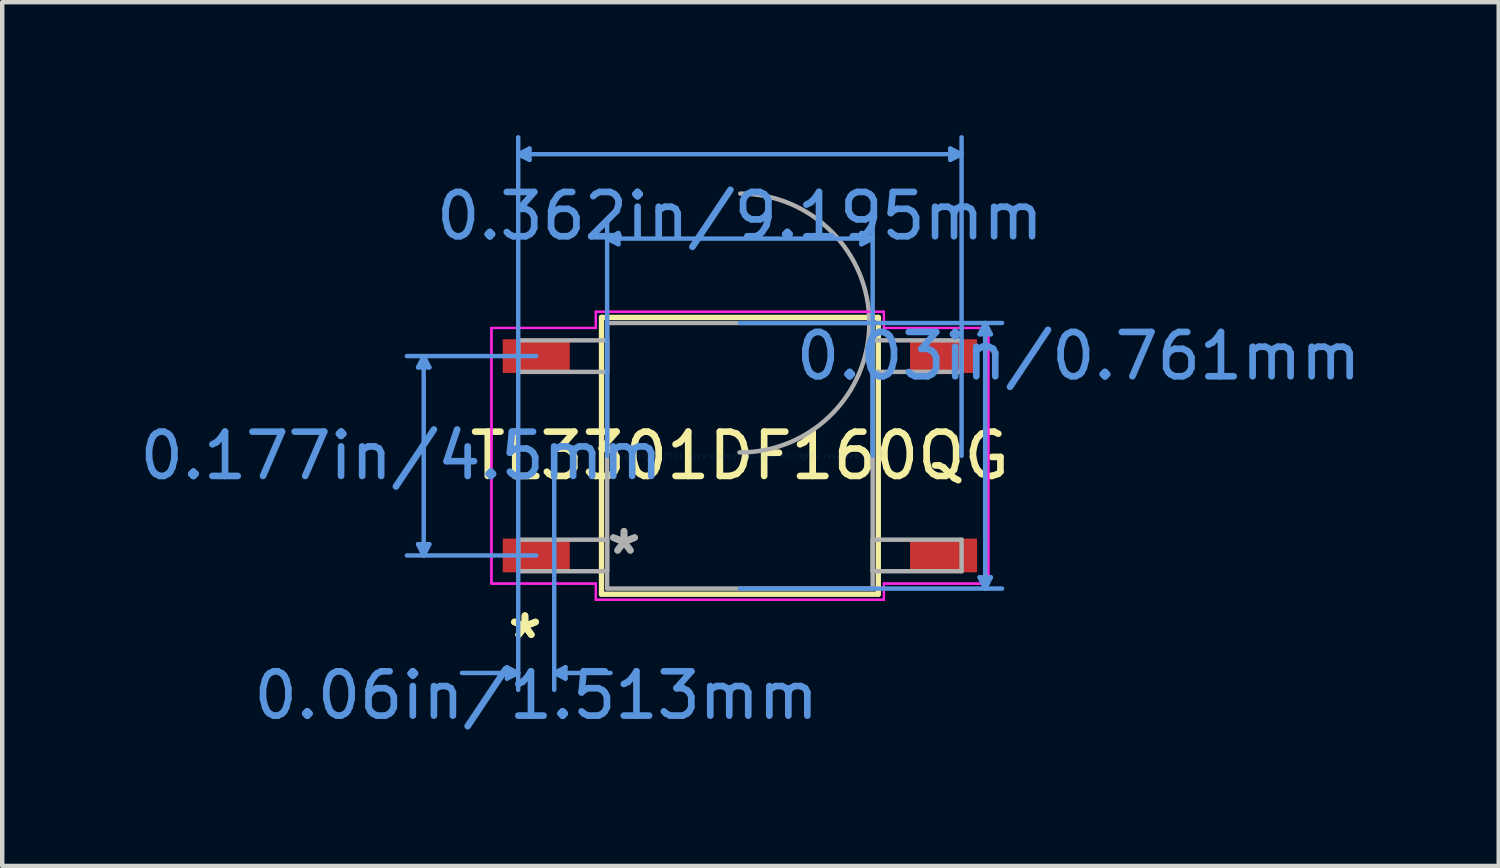
<source format=kicad_pcb>
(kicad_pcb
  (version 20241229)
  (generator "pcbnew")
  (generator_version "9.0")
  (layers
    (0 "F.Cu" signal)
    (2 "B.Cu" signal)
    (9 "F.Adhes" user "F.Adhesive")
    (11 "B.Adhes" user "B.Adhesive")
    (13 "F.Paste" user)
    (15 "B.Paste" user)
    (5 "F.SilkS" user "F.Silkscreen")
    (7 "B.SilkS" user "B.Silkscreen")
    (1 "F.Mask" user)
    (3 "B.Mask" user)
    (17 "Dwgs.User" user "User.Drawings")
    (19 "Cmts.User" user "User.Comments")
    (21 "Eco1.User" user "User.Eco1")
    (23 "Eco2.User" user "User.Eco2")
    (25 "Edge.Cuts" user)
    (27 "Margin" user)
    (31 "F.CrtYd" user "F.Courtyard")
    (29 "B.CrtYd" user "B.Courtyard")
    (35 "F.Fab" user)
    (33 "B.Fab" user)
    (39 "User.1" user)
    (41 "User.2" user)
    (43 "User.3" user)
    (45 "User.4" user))
  (footprint "TL3301DF160QG"
    (layer "F.Cu")
    (at 13.651 7.238)
    (property "Reference" "TL3301DF160QG" (at 0 0 0) (layer "F.SilkS") (effects (font (size 1 1) (thickness 0.15))))
    (attr through_hole)
    (fp_line (start -3.124 -3.124) (end -3.124 3.124) (stroke (width 0.12) (type solid)) (layer "F.SilkS"))
    (fp_line (start -3.124 3.124) (end 3.124 3.124) (stroke (width 0.12) (type solid)) (layer "F.SilkS"))
    (fp_line (start 3.124 -3.124) (end -3.124 -3.124) (stroke (width 0.12) (type solid)) (layer "F.SilkS"))
    (fp_line (start 3.124 3.124) (end 3.124 -3.124) (stroke (width 0.12) (type solid)) (layer "F.SilkS"))
    (fp_line (start -7.264 -1.996) (end -7.01 -1.996) (stroke (width 0.1) (type solid)) (layer "Cmts.User"))
    (fp_line (start -7.264 1.996) (end -7.01 1.996) (stroke (width 0.1) (type solid)) (layer "Cmts.User"))
    (fp_line (start -7.137 -2.25) (end -7.264 -1.996) (stroke (width 0.1) (type solid)) (layer "Cmts.User"))
    (fp_line (start -7.137 -2.25) (end -7.137 2.25) (stroke (width 0.1) (type solid)) (layer "Cmts.User"))
    (fp_line (start -7.137 -2.25) (end -7.01 -1.996) (stroke (width 0.1) (type solid)) (layer "Cmts.User"))
    (fp_line (start -7.137 2.25) (end -7.264 1.996) (stroke (width 0.1) (type solid)) (layer "Cmts.User"))
    (fp_line (start -7.137 2.25) (end -7.01 1.996) (stroke (width 0.1) (type solid)) (layer "Cmts.User"))
    (fp_line (start -5.258 4.775) (end -5.258 5.029) (stroke (width 0.1) (type solid)) (layer "Cmts.User"))
    (fp_line (start -5.004 -6.807) (end -4.75 -6.934) (stroke (width 0.1) (type solid)) (layer "Cmts.User"))
    (fp_line (start -5.004 -6.807) (end -4.75 -6.68) (stroke (width 0.1) (type solid)) (layer "Cmts.User"))
    (fp_line (start -5.004 -6.807) (end 5.004 -6.807) (stroke (width 0.1) (type solid)) (layer "Cmts.User"))
    (fp_line (start -5.004 0) (end -5.004 -7.188) (stroke (width 0.1) (type solid)) (layer "Cmts.User"))
    (fp_line (start -5.004 0) (end -5.004 5.283) (stroke (width 0.1) (type solid)) (layer "Cmts.User"))
    (fp_line (start -5.004 4.902) (end -6.274 4.902) (stroke (width 0.1) (type solid)) (layer "Cmts.User"))
    (fp_line (start -5.004 4.902) (end -5.258 4.775) (stroke (width 0.1) (type solid)) (layer "Cmts.User"))
    (fp_line (start -5.004 4.902) (end -5.258 5.029) (stroke (width 0.1) (type solid)) (layer "Cmts.User"))
    (fp_line (start -4.75 -6.934) (end -4.75 -6.68) (stroke (width 0.1) (type solid)) (layer "Cmts.User"))
    (fp_line (start -4.597 -2.25) (end -7.518 -2.25) (stroke (width 0.1) (type solid)) (layer "Cmts.User"))
    (fp_line (start -4.597 2.25) (end -7.518 2.25) (stroke (width 0.1) (type solid)) (layer "Cmts.User"))
    (fp_line (start -4.191 0) (end -4.191 5.283) (stroke (width 0.1) (type solid)) (layer "Cmts.User"))
    (fp_line (start -4.191 4.902) (end -3.937 4.775) (stroke (width 0.1) (type solid)) (layer "Cmts.User"))
    (fp_line (start -4.191 4.902) (end -3.937 5.029) (stroke (width 0.1) (type solid)) (layer "Cmts.User"))
    (fp_line (start -4.191 4.902) (end -2.921 4.902) (stroke (width 0.1) (type solid)) (layer "Cmts.User"))
    (fp_line (start -3.937 4.775) (end -3.937 5.029) (stroke (width 0.1) (type solid)) (layer "Cmts.User"))
    (fp_line (start -2.997 -4.902) (end -2.743 -5.029) (stroke (width 0.1) (type solid)) (layer "Cmts.User"))
    (fp_line (start -2.997 -4.902) (end -2.743 -4.775) (stroke (width 0.1) (type solid)) (layer "Cmts.User"))
    (fp_line (start -2.997 -4.902) (end 2.997 -4.902) (stroke (width 0.1) (type solid)) (layer "Cmts.User"))
    (fp_line (start -2.997 0) (end -2.997 -5.283) (stroke (width 0.1) (type solid)) (layer "Cmts.User"))
    (fp_line (start -2.743 -5.029) (end -2.743 -4.775) (stroke (width 0.1) (type solid)) (layer "Cmts.User"))
    (fp_line (start 0 -2.997) (end 5.918 -2.997) (stroke (width 0.1) (type solid)) (layer "Cmts.User"))
    (fp_line (start 0 2.997) (end 5.918 2.997) (stroke (width 0.1) (type solid)) (layer "Cmts.User"))
    (fp_line (start 2.743 -5.029) (end 2.743 -4.775) (stroke (width 0.1) (type solid)) (layer "Cmts.User"))
    (fp_line (start 2.997 -4.902) (end 2.743 -5.029) (stroke (width 0.1) (type solid)) (layer "Cmts.User"))
    (fp_line (start 2.997 -4.902) (end 2.743 -4.775) (stroke (width 0.1) (type solid)) (layer "Cmts.User"))
    (fp_line (start 2.997 0) (end 2.997 -5.283) (stroke (width 0.1) (type solid)) (layer "Cmts.User"))
    (fp_line (start 4.75 -6.934) (end 4.75 -6.68) (stroke (width 0.1) (type solid)) (layer "Cmts.User"))
    (fp_line (start 5.004 -6.807) (end 4.75 -6.934) (stroke (width 0.1) (type solid)) (layer "Cmts.User"))
    (fp_line (start 5.004 -6.807) (end 4.75 -6.68) (stroke (width 0.1) (type solid)) (layer "Cmts.User"))
    (fp_line (start 5.004 0) (end 5.004 -7.188) (stroke (width 0.1) (type solid)) (layer "Cmts.User"))
    (fp_line (start 5.41 -2.743) (end 5.664 -2.743) (stroke (width 0.1) (type solid)) (layer "Cmts.User"))
    (fp_line (start 5.41 2.743) (end 5.664 2.743) (stroke (width 0.1) (type solid)) (layer "Cmts.User"))
    (fp_line (start 5.537 -2.997) (end 5.41 -2.743) (stroke (width 0.1) (type solid)) (layer "Cmts.User"))
    (fp_line (start 5.537 -2.997) (end 5.537 2.997) (stroke (width 0.1) (type solid)) (layer "Cmts.User"))
    (fp_line (start 5.537 -2.997) (end 5.664 -2.743) (stroke (width 0.1) (type solid)) (layer "Cmts.User"))
    (fp_line (start 5.537 2.997) (end 5.41 2.743) (stroke (width 0.1) (type solid)) (layer "Cmts.User"))
    (fp_line (start 5.537 2.997) (end 5.664 2.743) (stroke (width 0.1) (type solid)) (layer "Cmts.User"))
    (fp_line (start -5.608 -2.885) (end -3.251 -2.885) (stroke (width 0.05) (type solid)) (layer "F.CrtYd"))
    (fp_line (start -5.608 -2.885) (end -3.251 -2.885) (stroke (width 0.05) (type solid)) (layer "F.CrtYd"))
    (fp_line (start -5.608 2.885) (end -5.608 -2.885) (stroke (width 0.05) (type solid)) (layer "F.CrtYd"))
    (fp_line (start -5.608 2.885) (end -5.608 -2.885) (stroke (width 0.05) (type solid)) (layer "F.CrtYd"))
    (fp_line (start -5.608 2.885) (end -3.251 2.885) (stroke (width 0.05) (type solid)) (layer "F.CrtYd"))
    (fp_line (start -3.251 -3.251) (end 3.251 -3.251) (stroke (width 0.05) (type solid)) (layer "F.CrtYd"))
    (fp_line (start -3.251 -3.251) (end 3.251 -3.251) (stroke (width 0.05) (type solid)) (layer "F.CrtYd"))
    (fp_line (start -3.251 -2.885) (end -3.251 -3.251) (stroke (width 0.05) (type solid)) (layer "F.CrtYd"))
    (fp_line (start -3.251 -2.885) (end -3.251 -3.251) (stroke (width 0.05) (type solid)) (layer "F.CrtYd"))
    (fp_line (start -3.251 2.885) (end -5.608 2.885) (stroke (width 0.05) (type solid)) (layer "F.CrtYd"))
    (fp_line (start -3.251 3.251) (end -3.251 2.885) (stroke (width 0.05) (type solid)) (layer "F.CrtYd"))
    (fp_line (start -3.251 3.251) (end -3.251 2.885) (stroke (width 0.05) (type solid)) (layer "F.CrtYd"))
    (fp_line (start 3.251 -3.251) (end 3.251 -2.885) (stroke (width 0.05) (type solid)) (layer "F.CrtYd"))
    (fp_line (start 3.251 -3.251) (end 3.251 -2.885) (stroke (width 0.05) (type solid)) (layer "F.CrtYd"))
    (fp_line (start 3.251 -2.885) (end 5.608 -2.885) (stroke (width 0.05) (type solid)) (layer "F.CrtYd"))
    (fp_line (start 3.251 2.885) (end 3.251 3.251) (stroke (width 0.05) (type solid)) (layer "F.CrtYd"))
    (fp_line (start 3.251 2.885) (end 3.251 3.251) (stroke (width 0.05) (type solid)) (layer "F.CrtYd"))
    (fp_line (start 3.251 3.251) (end -3.251 3.251) (stroke (width 0.05) (type solid)) (layer "F.CrtYd"))
    (fp_line (start 3.251 3.251) (end -3.251 3.251) (stroke (width 0.05) (type solid)) (layer "F.CrtYd"))
    (fp_line (start 5.608 -2.885) (end 3.251 -2.885) (stroke (width 0.05) (type solid)) (layer "F.CrtYd"))
    (fp_line (start 5.608 -2.885) (end 5.608 2.885) (stroke (width 0.05) (type solid)) (layer "F.CrtYd"))
    (fp_line (start 5.608 -2.885) (end 5.608 2.885) (stroke (width 0.05) (type solid)) (layer "F.CrtYd"))
    (fp_line (start 5.608 2.885) (end 3.251 2.885) (stroke (width 0.05) (type solid)) (layer "F.CrtYd"))
    (fp_line (start 5.608 2.885) (end 3.251 2.885) (stroke (width 0.05) (type solid)) (layer "F.CrtYd"))
    (fp_line (start -5.004 -2.606) (end -5.004 -1.894) (stroke (width 0.1) (type solid)) (layer "F.Fab"))
    (fp_line (start -5.004 -1.894) (end -2.997 -1.894) (stroke (width 0.1) (type solid)) (layer "F.Fab"))
    (fp_line (start -5.004 1.894) (end -5.004 2.606) (stroke (width 0.1) (type solid)) (layer "F.Fab"))
    (fp_line (start -5.004 2.606) (end -2.997 2.606) (stroke (width 0.1) (type solid)) (layer "F.Fab"))
    (fp_line (start -2.997 -2.997) (end -2.997 2.997) (stroke (width 0.1) (type solid)) (layer "F.Fab"))
    (fp_line (start -2.997 -2.606) (end -5.004 -2.606) (stroke (width 0.1) (type solid)) (layer "F.Fab"))
    (fp_line (start -2.997 -1.894) (end -2.997 -2.606) (stroke (width 0.1) (type solid)) (layer "F.Fab"))
    (fp_line (start -2.997 1.894) (end -5.004 1.894) (stroke (width 0.1) (type solid)) (layer "F.Fab"))
    (fp_line (start -2.997 2.606) (end -2.997 1.894) (stroke (width 0.1) (type solid)) (layer "F.Fab"))
    (fp_line (start -2.997 2.997) (end 2.997 2.997) (stroke (width 0.1) (type solid)) (layer "F.Fab"))
    (fp_line (start 2.997 -2.997) (end -2.997 -2.997) (stroke (width 0.1) (type solid)) (layer "F.Fab"))
    (fp_line (start 2.997 -2.606) (end 2.997 -1.894) (stroke (width 0.1) (type solid)) (layer "F.Fab"))
    (fp_line (start 2.997 -1.894) (end 5.004 -1.894) (stroke (width 0.1) (type solid)) (layer "F.Fab"))
    (fp_line (start 2.997 1.894) (end 2.997 2.606) (stroke (width 0.1) (type solid)) (layer "F.Fab"))
    (fp_line (start 2.997 2.606) (end 5.004 2.606) (stroke (width 0.1) (type solid)) (layer "F.Fab"))
    (fp_line (start 2.997 2.997) (end 2.997 -2.997) (stroke (width 0.1) (type solid)) (layer "F.Fab"))
    (fp_line (start 5.004 -2.606) (end 2.997 -2.606) (stroke (width 0.1) (type solid)) (layer "F.Fab"))
    (fp_line (start 5.004 -1.894) (end 5.004 -2.606) (stroke (width 0.1) (type solid)) (layer "F.Fab"))
    (fp_line (start 5.004 1.894) (end 2.997 1.894) (stroke (width 0.1) (type solid)) (layer "F.Fab"))
    (fp_line (start 5.004 2.606) (end 5.004 1.894) (stroke (width 0.1) (type solid)) (layer "F.Fab"))
    (fp_arc (start 0.007742 -5.918271) (mid 2.921071 -2.989458) (end -0.007742 -0.076129) (stroke (width 0.1) (type solid)) (layer "F.Fab"))
    (fp_text user "*" (at -4.851 4.154 0) (layer "F.SilkS") (effects (font (size 1 1) (thickness 0.15))))
    (fp_text user "*" (at -4.851 4.154 0) (layer "F.SilkS") (effects (font (size 1 1) (thickness 0.15))))
    (fp_text user "Copyright 2021 Accelerated Designs. All rights reserved." (at 0 0 0) (layer "Cmts.User") (effects (font (size 0.127 0.127) (thickness 0.002))))
    (fp_text user "0.362in/9.195mm" (at 0 -5.41 0) (layer "Cmts.User") (effects (font (size 1 1) (thickness 0.15))))
    (fp_text user "0.03in/0.761mm" (at 7.645 -2.25 0) (layer "Cmts.User") (effects (font (size 1 1) (thickness 0.15))))
    (fp_text user "0.06in/1.513mm" (at -4.597 5.41 0) (layer "Cmts.User") (effects (font (size 1 1) (thickness 0.15))))
    (fp_text user "0.177in/4.5mm" (at -7.645 0 0) (layer "Cmts.User") (effects (font (size 1 1) (thickness 0.15))))
    (fp_text user "*" (at -2.616 2.25 0) (layer "F.Fab") (effects (font (size 1 1) (thickness 0.15))))
    (fp_text user "*" (at -2.616 2.25 0) (layer "F.Fab") (effects (font (size 1 1) (thickness 0.15))))
    (pad "1" smd rect (at -4.597 2.25) (size 1.513 0.761) (layers "F.Cu" "F.Mask" "F.Paste"))
    (pad "2" smd rect (at -4.597 -2.25) (size 1.513 0.761) (layers "F.Cu" "F.Mask" "F.Paste"))
    (pad "3" smd rect (at 4.597 -2.25) (size 1.513 0.761) (layers "F.Cu" "F.Mask" "F.Paste"))
    (pad "4" smd rect (at 4.597 2.25) (size 1.513 0.761) (layers "F.Cu" "F.Mask" "F.Paste")))
  (gr_rect
    (start -3 -3)
    (end 30.779 16.497)
    (stroke (width 0.1) (type default))
    (fill no)
    (layer "Edge.Cuts")))
</source>
